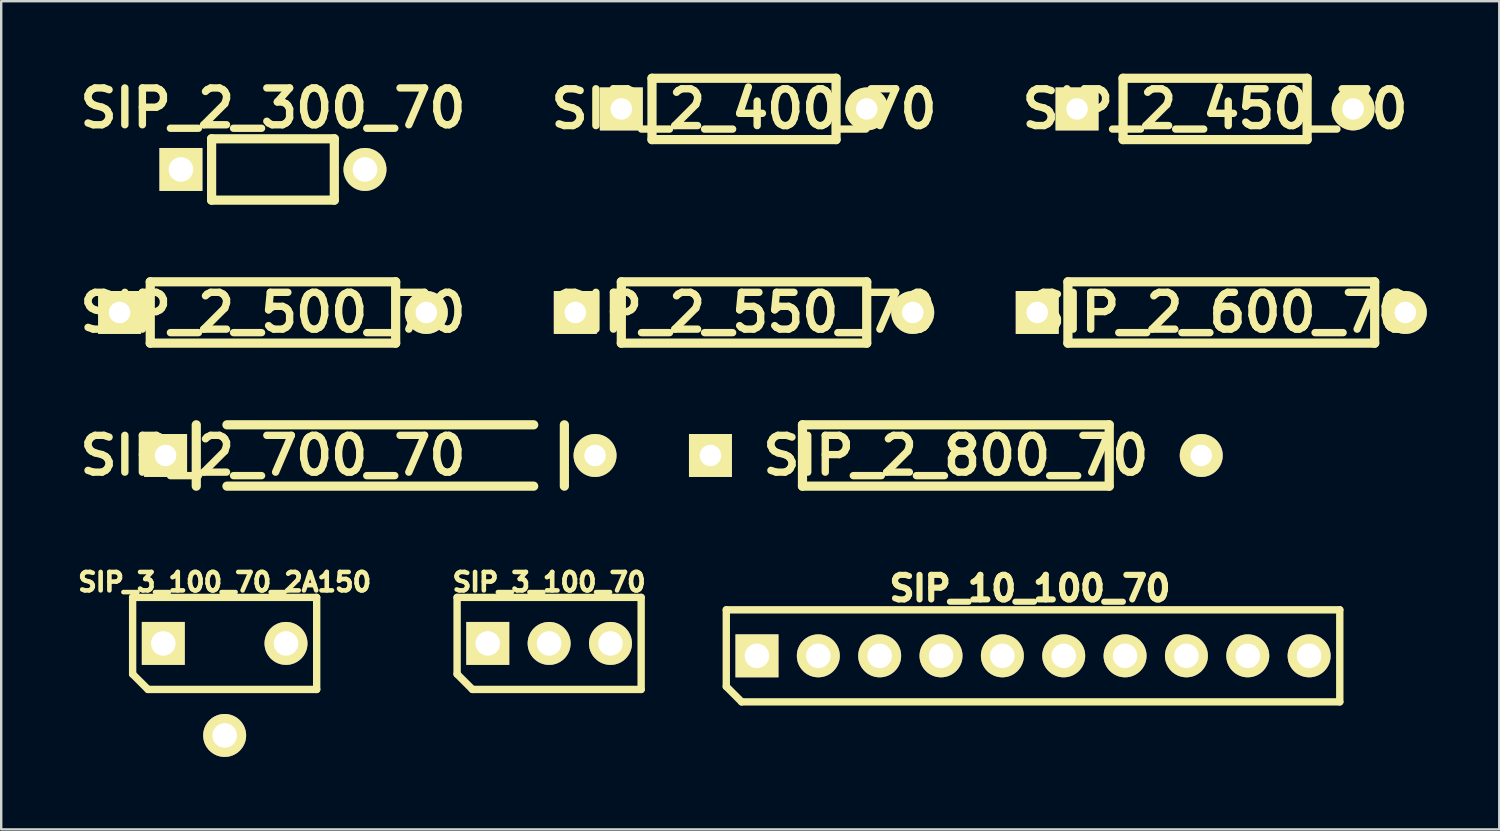
<source format=kicad_pcb>
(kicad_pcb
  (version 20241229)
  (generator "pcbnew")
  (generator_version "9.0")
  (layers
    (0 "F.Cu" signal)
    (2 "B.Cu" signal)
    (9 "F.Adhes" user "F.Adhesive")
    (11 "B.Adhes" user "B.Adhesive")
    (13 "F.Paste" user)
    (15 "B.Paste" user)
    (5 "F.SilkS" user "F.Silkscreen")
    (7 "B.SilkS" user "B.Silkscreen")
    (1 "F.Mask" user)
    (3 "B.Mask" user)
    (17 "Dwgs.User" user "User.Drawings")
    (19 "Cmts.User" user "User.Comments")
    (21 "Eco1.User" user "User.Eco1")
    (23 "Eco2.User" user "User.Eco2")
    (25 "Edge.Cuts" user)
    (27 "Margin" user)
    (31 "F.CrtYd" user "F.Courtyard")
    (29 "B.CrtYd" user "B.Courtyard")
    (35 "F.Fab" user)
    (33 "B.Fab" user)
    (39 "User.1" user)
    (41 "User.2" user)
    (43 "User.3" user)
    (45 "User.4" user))
  (footprint "SIP_2_550_70"
    (layer "F.Cu")
    (at 20.769 9.887)
    (property "Reference" "SIP_2_550_70" (at 6.985 0 0) (layer "F.SilkS") (effects (font (size 1.524 1.524) (thickness 0.305))))
    (attr through_hole)
    (fp_line (start 1.905 -1.27) (end 1.905 1.27) (stroke (width 0.381) (type solid)) (layer "F.SilkS"))
    (fp_line (start 1.905 -1.27) (end 12.065 -1.27) (stroke (width 0.381) (type solid)) (layer "F.SilkS"))
    (fp_line (start 1.905 1.27) (end 12.065 1.27) (stroke (width 0.381) (type solid)) (layer "F.SilkS"))
    (fp_line (start 12.065 1.27) (end 12.065 -1.27) (stroke (width 0.381) (type solid)) (layer "F.SilkS"))
    (pad "1" thru_hole rect (at 0 0) (size 1.778 1.778) (drill 0.889) (layers "*.Cu" "*.Mask" "F.SilkS"))
    (pad "2" thru_hole circle (at 13.97 0) (size 1.778 1.778) (drill 0.889) (layers "*.Cu" "*.Mask" "F.SilkS")))
  (footprint "SIP_2_600_70"
    (layer "F.Cu")
    (at 39.894 9.887)
    (property "Reference" "SIP_2_600_70" (at 7.62 0 0) (layer "F.SilkS") (effects (font (size 1.524 1.524) (thickness 0.305))))
    (attr through_hole)
    (fp_line (start 1.27 -1.27) (end 1.27 1.27) (stroke (width 0.381) (type solid)) (layer "F.SilkS"))
    (fp_line (start 1.27 -1.27) (end 13.97 -1.27) (stroke (width 0.381) (type solid)) (layer "F.SilkS"))
    (fp_line (start 1.27 1.27) (end 13.97 1.27) (stroke (width 0.381) (type solid)) (layer "F.SilkS"))
    (fp_line (start 13.97 1.27) (end 13.97 -1.27) (stroke (width 0.381) (type solid)) (layer "F.SilkS"))
    (pad "1" thru_hole rect (at 0 0) (size 1.778 1.778) (drill 0.889) (layers "*.Cu" "*.Mask" "F.SilkS"))
    (pad "2" thru_hole circle (at 15.24 0) (size 1.778 1.778) (drill 0.889) (layers "*.Cu" "*.Mask" "F.SilkS")))
  (footprint "SIP_2_450_70"
    (layer "F.Cu")
    (at 41.542 1.46)
    (property "Reference" "SIP_2_450_70" (at 5.715 0 0) (layer "F.SilkS") (effects (font (size 1.524 1.524) (thickness 0.305))))
    (attr through_hole)
    (fp_line (start 1.905 -1.27) (end 1.905 1.27) (stroke (width 0.381) (type solid)) (layer "F.SilkS"))
    (fp_line (start 1.905 -1.27) (end 9.525 -1.27) (stroke (width 0.381) (type solid)) (layer "F.SilkS"))
    (fp_line (start 1.905 1.27) (end 9.525 1.27) (stroke (width 0.381) (type solid)) (layer "F.SilkS"))
    (fp_line (start 9.525 1.27) (end 9.525 -1.27) (stroke (width 0.381) (type solid)) (layer "F.SilkS"))
    (pad "1" thru_hole rect (at 0 0) (size 1.778 1.778) (drill 0.889) (layers "*.Cu" "*.Mask" "F.SilkS"))
    (pad "2" thru_hole circle (at 11.43 0) (size 1.778 1.778) (drill 0.889) (layers "*.Cu" "*.Mask" "F.SilkS")))
  (footprint "SIP_2_300_70"
    (layer "F.Cu")
    (at 4.441 3.966)
    (property "Reference" "SIP_2_300_70" (at 3.81 -2.54 0) (layer "F.SilkS") (effects (font (size 1.524 1.524) (thickness 0.305))))
    (attr through_hole)
    (fp_line (start 1.27 -1.27) (end 1.27 1.27) (stroke (width 0.381) (type solid)) (layer "F.SilkS"))
    (fp_line (start 1.27 1.27) (end 6.35 1.27) (stroke (width 0.381) (type solid)) (layer "F.SilkS"))
    (fp_line (start 6.35 -1.27) (end 1.27 -1.27) (stroke (width 0.381) (type solid)) (layer "F.SilkS"))
    (fp_line (start 6.35 1.27) (end 6.35 -1.27) (stroke (width 0.381) (type solid)) (layer "F.SilkS"))
    (pad "1" thru_hole rect (at 0 0) (size 1.778 1.778) (drill 1.016) (layers "*.Cu" "*.Mask" "F.SilkS"))
    (pad "2" thru_hole circle (at 7.62 0) (size 1.778 1.778) (drill 1.016) (layers "*.Cu" "*.Mask" "F.SilkS")))
  (footprint "SIP_2_700_70"
    (layer "F.Cu")
    (at 3.806 15.808)
    (property "Reference" "SIP_2_700_70" (at 4.445 0 0) (layer "F.SilkS") (effects (font (size 1.524 1.524) (thickness 0.305))))
    (attr through_hole)
    (fp_line (start 1.27 -1.27) (end 1.27 1.27) (stroke (width 0.381) (type solid)) (layer "F.SilkS"))
    (fp_line (start 2.54 -1.27) (end 15.24 -1.27) (stroke (width 0.381) (type solid)) (layer "F.SilkS"))
    (fp_line (start 2.54 1.27) (end 15.24 1.27) (stroke (width 0.381) (type solid)) (layer "F.SilkS"))
    (fp_line (start 16.51 1.27) (end 16.51 -1.27) (stroke (width 0.381) (type solid)) (layer "F.SilkS"))
    (pad "1" thru_hole rect (at 0 0) (size 1.778 1.778) (drill 0.889) (layers "*.Cu" "*.Mask" "F.SilkS"))
    (pad "2" thru_hole circle (at 17.78 0) (size 1.778 1.778) (drill 0.889) (layers "*.Cu" "*.Mask" "F.SilkS")))
  (footprint "SIP_2_400_70"
    (layer "F.Cu")
    (at 22.674 1.46)
    (property "Reference" "SIP_2_400_70" (at 5.08 0 0) (layer "F.SilkS") (effects (font (size 1.524 1.524) (thickness 0.305))))
    (attr through_hole)
    (fp_line (start 1.27 -1.27) (end 1.27 1.27) (stroke (width 0.381) (type solid)) (layer "F.SilkS"))
    (fp_line (start 1.27 -1.27) (end 8.89 -1.27) (stroke (width 0.381) (type solid)) (layer "F.SilkS"))
    (fp_line (start 1.27 1.27) (end 8.89 1.27) (stroke (width 0.381) (type solid)) (layer "F.SilkS"))
    (fp_line (start 8.89 1.27) (end 8.89 -1.27) (stroke (width 0.381) (type solid)) (layer "F.SilkS"))
    (pad "1" thru_hole rect (at 0 0) (size 1.778 1.778) (drill 0.889) (layers "*.Cu" "*.Mask" "F.SilkS"))
    (pad "2" thru_hole circle (at 10.16 0) (size 1.778 1.778) (drill 0.889) (layers "*.Cu" "*.Mask" "F.SilkS")))
  (footprint "SIP_3_100_70_2A150"
    (layer "F.Cu")
    (at 3.711 23.589)
    (property "Reference" "SIP_3_100_70_2A150" (at 2.54 -2.54 0) (layer "F.SilkS") (effects (font (size 0.762 0.762) (thickness 0.191))))
    (attr through_hole)
    (fp_line (start -1.27 -1.905) (end -1.27 1.27) (stroke (width 0.305) (type solid)) (layer "F.SilkS"))
    (fp_line (start -1.27 1.27) (end -0.635 1.905) (stroke (width 0.305) (type solid)) (layer "F.SilkS"))
    (fp_line (start -0.635 1.905) (end 6.35 1.905) (stroke (width 0.305) (type solid)) (layer "F.SilkS"))
    (fp_line (start 6.35 -1.905) (end -1.27 -1.905) (stroke (width 0.305) (type solid)) (layer "F.SilkS"))
    (fp_line (start 6.35 1.905) (end 6.35 -1.905) (stroke (width 0.305) (type solid)) (layer "F.SilkS"))
    (pad "1" thru_hole rect (at 0 0) (size 1.778 1.778) (drill 1.016) (layers "*.Cu" "*.Mask" "F.SilkS"))
    (pad "2" thru_hole circle (at 2.54 3.81) (size 1.778 1.778) (drill 1.016) (layers "*.Cu" "*.Mask" "F.SilkS"))
    (pad "3" thru_hole circle (at 5.08 0) (size 1.778 1.778) (drill 1.016) (layers "*.Cu" "*.Mask" "F.SilkS")))
  (footprint "SIP_2_800_70"
    (layer "F.Cu")
    (at 26.364 15.808)
    (property "Reference" "SIP_2_800_70" (at 10.16 0 0) (layer "F.SilkS") (effects (font (size 1.524 1.524) (thickness 0.305))))
    (attr through_hole)
    (fp_line (start 3.81 -1.27) (end 3.81 1.27) (stroke (width 0.381) (type solid)) (layer "F.SilkS"))
    (fp_line (start 3.81 -1.27) (end 16.51 -1.27) (stroke (width 0.381) (type solid)) (layer "F.SilkS"))
    (fp_line (start 3.81 1.27) (end 16.51 1.27) (stroke (width 0.381) (type solid)) (layer "F.SilkS"))
    (fp_line (start 16.51 1.27) (end 16.51 -1.27) (stroke (width 0.381) (type solid)) (layer "F.SilkS"))
    (pad "1" thru_hole rect (at 0 0) (size 1.778 1.778) (drill 0.889) (layers "*.Cu" "*.Mask" "F.SilkS"))
    (pad "2" thru_hole circle (at 20.32 0) (size 1.778 1.778) (drill 0.889) (layers "*.Cu" "*.Mask" "F.SilkS")))
  (footprint "SIP_10_100_70"
    (layer "F.Cu")
    (at 28.29 24.103)
    (property "Reference" "SIP_10_100_70" (at 11.303 -2.794 0) (layer "F.SilkS") (effects (font (size 1.016 1.016) (thickness 0.254))))
    (attr through_hole)
    (fp_line (start -1.27 -1.905) (end -1.27 1.27) (stroke (width 0.305) (type solid)) (layer "F.SilkS"))
    (fp_line (start -1.27 -1.905) (end 24.13 -1.905) (stroke (width 0.305) (type solid)) (layer "F.SilkS"))
    (fp_line (start -1.27 1.27) (end -0.635 1.905) (stroke (width 0.305) (type solid)) (layer "F.SilkS"))
    (fp_line (start -0.635 1.905) (end 24.13 1.905) (stroke (width 0.305) (type solid)) (layer "F.SilkS"))
    (fp_line (start 24.13 1.905) (end 24.13 -1.905) (stroke (width 0.305) (type solid)) (layer "F.SilkS"))
    (pad "1" thru_hole rect (at 0 0) (size 1.778 1.778) (drill 1.016) (layers "*.Cu" "*.Mask" "F.SilkS"))
    (pad "2" thru_hole circle (at 2.54 0) (size 1.778 1.778) (drill 1.016) (layers "*.Cu" "*.Mask" "F.SilkS"))
    (pad "3" thru_hole circle (at 5.08 0) (size 1.778 1.778) (drill 1.016) (layers "*.Cu" "*.Mask" "F.SilkS"))
    (pad "4" thru_hole circle (at 7.62 0) (size 1.778 1.778) (drill 1.016) (layers "*.Cu" "*.Mask" "F.SilkS"))
    (pad "5" thru_hole circle (at 10.16 0) (size 1.778 1.778) (drill 1.016) (layers "*.Cu" "*.Mask" "F.SilkS"))
    (pad "6" thru_hole circle (at 12.7 0) (size 1.778 1.778) (drill 1.016) (layers "*.Cu" "*.Mask" "F.SilkS"))
    (pad "7" thru_hole circle (at 15.24 0) (size 1.778 1.778) (drill 1.016) (layers "*.Cu" "*.Mask" "F.SilkS"))
    (pad "8" thru_hole circle (at 17.78 0) (size 1.778 1.778) (drill 1.016) (layers "*.Cu" "*.Mask" "F.SilkS"))
    (pad "9" thru_hole circle (at 20.32 0) (size 1.778 1.778) (drill 1.016) (layers "*.Cu" "*.Mask" "F.SilkS"))
    (pad "10" thru_hole circle (at 22.86 0) (size 1.778 1.778) (drill 1.016) (layers "*.Cu" "*.Mask" "F.SilkS")))
  (footprint "SIP_3_100_70"
    (layer "F.Cu")
    (at 17.145 23.589)
    (property "Reference" "SIP_3_100_70" (at 2.54 -2.54 0) (layer "F.SilkS") (effects (font (size 0.762 0.762) (thickness 0.191))))
    (attr through_hole)
    (fp_line (start -1.27 -1.905) (end -1.27 1.27) (stroke (width 0.305) (type solid)) (layer "F.SilkS"))
    (fp_line (start -1.27 1.27) (end -0.635 1.905) (stroke (width 0.305) (type solid)) (layer "F.SilkS"))
    (fp_line (start -0.635 1.905) (end 6.35 1.905) (stroke (width 0.305) (type solid)) (layer "F.SilkS"))
    (fp_line (start 6.35 -1.905) (end -1.27 -1.905) (stroke (width 0.305) (type solid)) (layer "F.SilkS"))
    (fp_line (start 6.35 1.905) (end 6.35 -1.905) (stroke (width 0.305) (type solid)) (layer "F.SilkS"))
    (pad "1" thru_hole rect (at 0 0) (size 1.778 1.778) (drill 1.016) (layers "*.Cu" "*.Mask" "F.SilkS"))
    (pad "2" thru_hole circle (at 2.54 0) (size 1.778 1.778) (drill 1.016) (layers "*.Cu" "*.Mask" "F.SilkS"))
    (pad "3" thru_hole circle (at 5.08 0) (size 1.778 1.778) (drill 1.016) (layers "*.Cu" "*.Mask" "F.SilkS")))
  (footprint "SIP_2_500_70"
    (layer "F.Cu")
    (at 1.901 9.887)
    (property "Reference" "SIP_2_500_70" (at 6.35 0 0) (layer "F.SilkS") (effects (font (size 1.524 1.524) (thickness 0.305))))
    (attr through_hole)
    (fp_line (start 1.27 -1.27) (end 1.27 1.27) (stroke (width 0.381) (type solid)) (layer "F.SilkS"))
    (fp_line (start 1.27 -1.27) (end 11.43 -1.27) (stroke (width 0.381) (type solid)) (layer "F.SilkS"))
    (fp_line (start 1.27 1.27) (end 11.43 1.27) (stroke (width 0.381) (type solid)) (layer "F.SilkS"))
    (fp_line (start 11.43 1.27) (end 11.43 -1.27) (stroke (width 0.381) (type solid)) (layer "F.SilkS"))
    (pad "1" thru_hole rect (at 0 0) (size 1.778 1.778) (drill 0.889) (layers "*.Cu" "*.Mask" "F.SilkS"))
    (pad "2" thru_hole circle (at 12.7 0) (size 1.778 1.778) (drill 0.889) (layers "*.Cu" "*.Mask" "F.SilkS")))
  (gr_rect
    (start -3 -3)
    (end 59.023 31.288)
    (stroke (width 0.1) (type default))
    (fill no)
    (layer "Edge.Cuts")))
</source>
